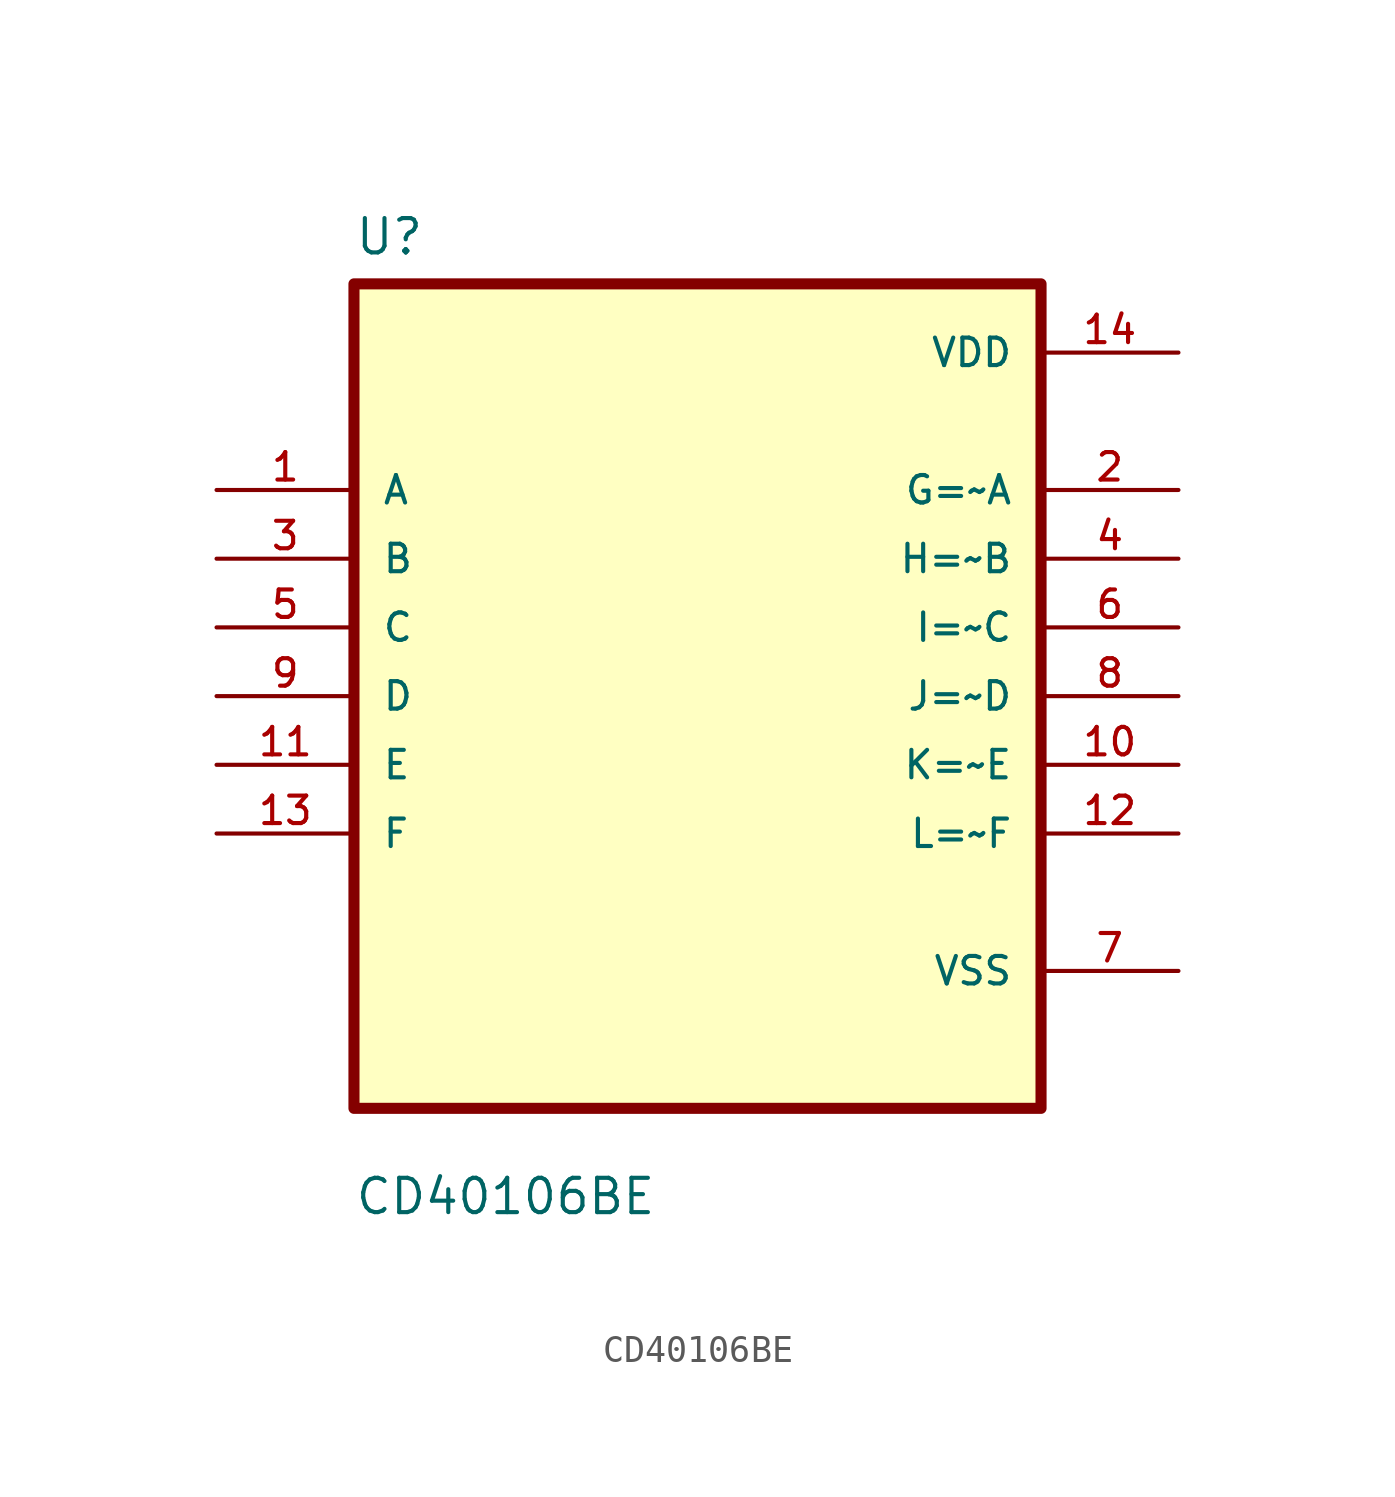
<source format=kicad_sym>
(kicad_symbol_lib
  (version 20211014)
  (generator kicad_symbol_editor)
  (symbol "CD40106BE"
    (pin_names
      (offset 1.016))
    (property "Reference" "U"
      (at -12.7 16.24 0.0)
      (effects (font (size 1.27 1.27)) (justify bottom left)))
    (property "Value" "CD40106BE"
      (at -12.7 -19.24 0.0)
      (effects (font (size 1.27 1.27)) (justify bottom left)))
    (symbol "CD40106BE_0_0"
      (rectangle (start -12.7 -15.24) (end 12.7 15.24) (stroke (width 0.41)) (fill (type background)))
      (pin input line (at -17.78 7.62 0) (length 5.08) (name "A" (effects (font (size 1.016 1.016)))) (number "1" (effects (font (size 1.016 1.016)))))
      (pin input line (at -17.78 5.08 0) (length 5.08) (name "B" (effects (font (size 1.016 1.016)))) (number "3" (effects (font (size 1.016 1.016)))))
      (pin input line (at -17.78 2.54 0) (length 5.08) (name "C" (effects (font (size 1.016 1.016)))) (number "5" (effects (font (size 1.016 1.016)))))
      (pin input line (at -17.78 0.0 0) (length 5.08) (name "D" (effects (font (size 1.016 1.016)))) (number "9" (effects (font (size 1.016 1.016)))))
      (pin input line (at -17.78 -2.54 0) (length 5.08) (name "E" (effects (font (size 1.016 1.016)))) (number "11" (effects (font (size 1.016 1.016)))))
      (pin input line (at -17.78 -5.08 0) (length 5.08) (name "F" (effects (font (size 1.016 1.016)))) (number "13" (effects (font (size 1.016 1.016)))))
      (pin power_in line (at 17.78 12.7 180.0) (length 5.08) (name "VDD" (effects (font (size 1.016 1.016)))) (number "14" (effects (font (size 1.016 1.016)))))
      (pin output line (at 17.78 7.62 180.0) (length 5.08) (name "G=~A" (effects (font (size 1.016 1.016)))) (number "2" (effects (font (size 1.016 1.016)))))
      (pin output line (at 17.78 5.08 180.0) (length 5.08) (name "H=~B" (effects (font (size 1.016 1.016)))) (number "4" (effects (font (size 1.016 1.016)))))
      (pin output line (at 17.78 2.54 180.0) (length 5.08) (name "I=~C" (effects (font (size 1.016 1.016)))) (number "6" (effects (font (size 1.016 1.016)))))
      (pin output line (at 17.78 -8.88178e-16 180.0) (length 5.08) (name "J=~D" (effects (font (size 1.016 1.016)))) (number "8" (effects (font (size 1.016 1.016)))))
      (pin output line (at 17.78 -2.54 180.0) (length 5.08) (name "K=~E" (effects (font (size 1.016 1.016)))) (number "10" (effects (font (size 1.016 1.016)))))
      (pin output line (at 17.78 -5.08 180.0) (length 5.08) (name "L=~F" (effects (font (size 1.016 1.016)))) (number "12" (effects (font (size 1.016 1.016)))))
      (pin power_in line (at 17.78 -10.16 180.0) (length 5.08) (name "VSS" (effects (font (size 1.016 1.016)))) (number "7" (effects (font (size 1.016 1.016))))))))
</source>
